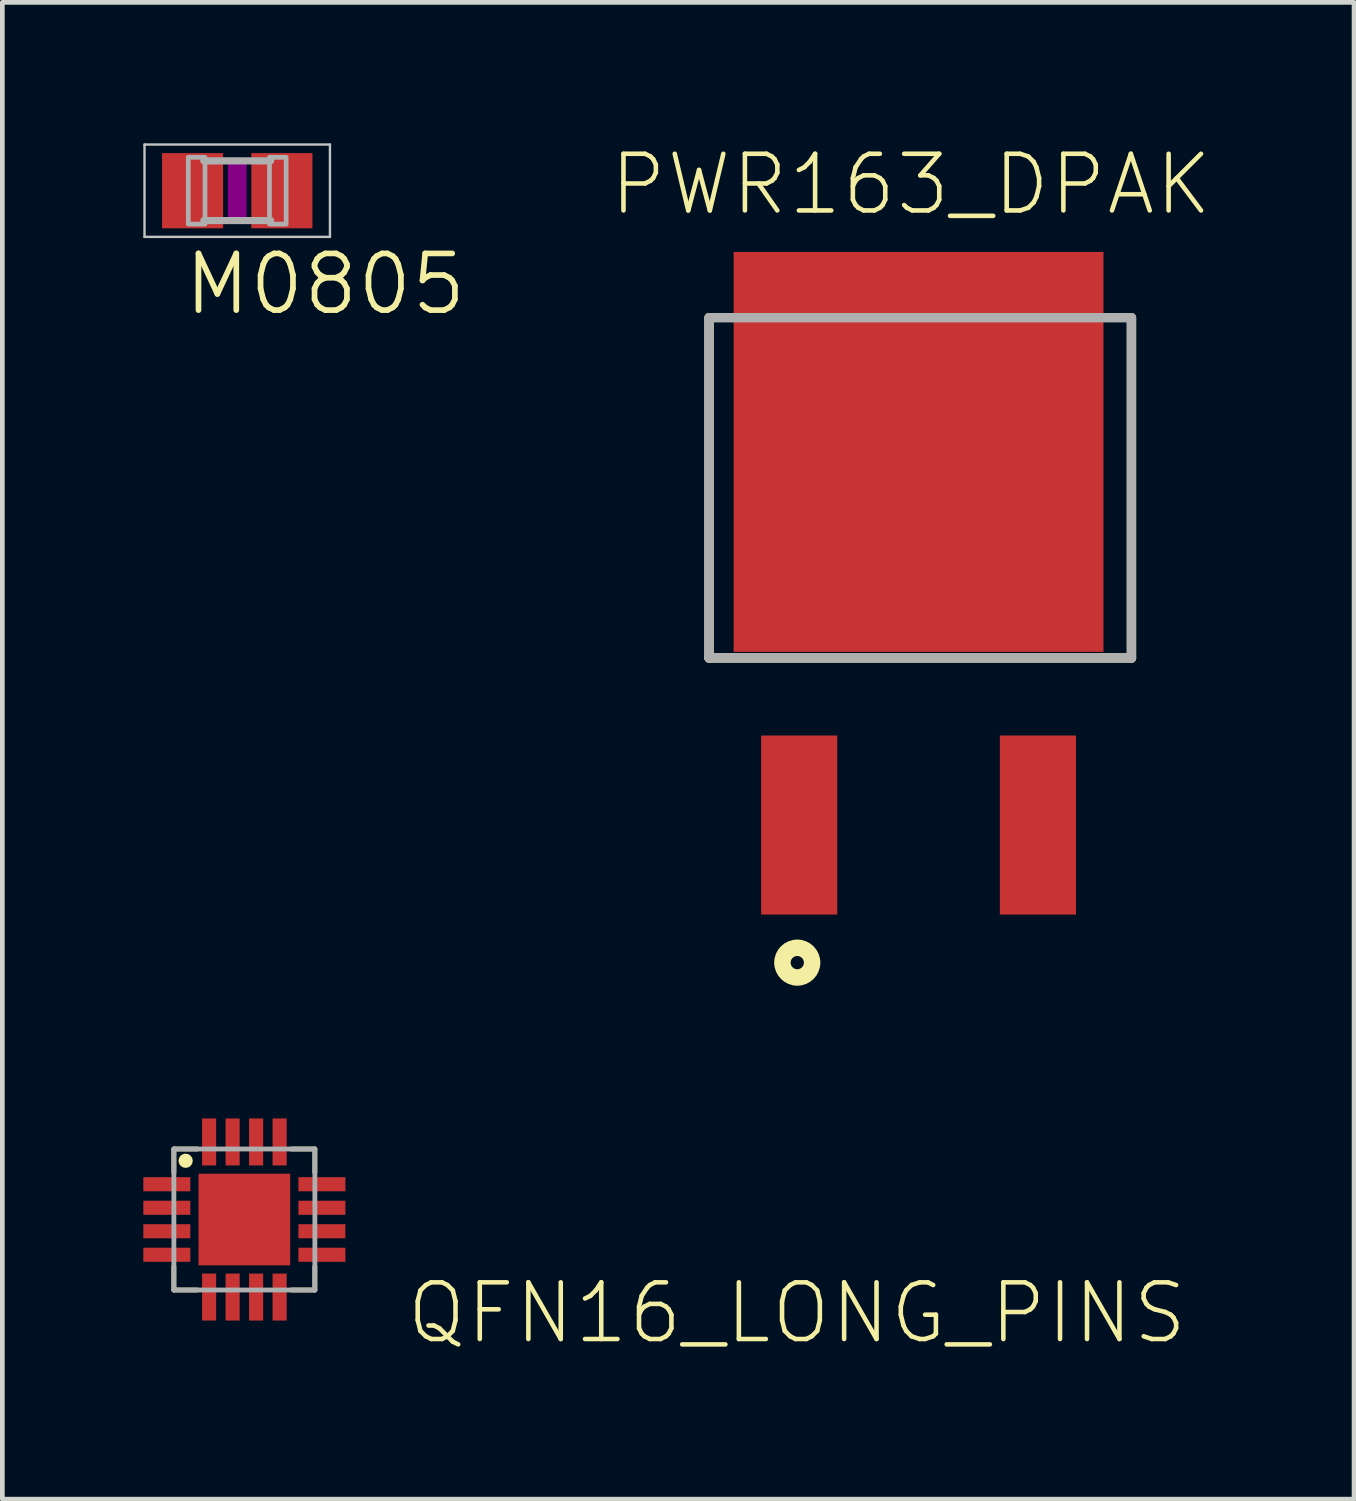
<source format=kicad_pcb>
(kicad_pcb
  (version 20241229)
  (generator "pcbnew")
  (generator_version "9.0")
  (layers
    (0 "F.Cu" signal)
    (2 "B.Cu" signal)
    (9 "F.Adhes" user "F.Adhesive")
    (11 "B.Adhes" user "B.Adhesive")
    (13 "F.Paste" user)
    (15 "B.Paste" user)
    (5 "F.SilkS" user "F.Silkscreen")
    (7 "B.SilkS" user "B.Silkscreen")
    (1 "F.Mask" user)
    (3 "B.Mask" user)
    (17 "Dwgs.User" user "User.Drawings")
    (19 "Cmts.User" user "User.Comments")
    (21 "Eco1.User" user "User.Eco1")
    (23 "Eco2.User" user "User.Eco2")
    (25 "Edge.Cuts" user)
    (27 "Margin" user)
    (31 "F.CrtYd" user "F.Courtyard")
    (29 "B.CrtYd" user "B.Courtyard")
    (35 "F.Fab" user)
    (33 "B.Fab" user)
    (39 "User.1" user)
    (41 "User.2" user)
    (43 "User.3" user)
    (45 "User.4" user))
  (footprint "M0805"
    (layer "F.Cu")
    (at 1.998 1.008)
    (property "Reference" "M0805" (at -1.191 2.695 180) (layer "F.SilkS") (effects (font (size 1.206 1.206) (thickness 0.121)) (justify left bottom)))
    (attr through_hole)
    (fp_poly (pts (xy -0.2 0.6) (xy 0.2 0.6) (xy 0.2 -0.6) (xy -0.2 -0.6)) (stroke (width 0) (type solid)) (fill yes) (layer "F.Adhes"))
    (fp_line (start -1.973 -0.983) (end 1.973 -0.983) (stroke (width 0.051) (type solid)) (layer "Dwgs.User"))
    (fp_line (start -1.973 0.983) (end -1.973 -0.983) (stroke (width 0.051) (type solid)) (layer "Dwgs.User"))
    (fp_line (start 1.973 -0.983) (end 1.973 0.983) (stroke (width 0.051) (type solid)) (layer "Dwgs.User"))
    (fp_line (start 1.973 0.983) (end -1.973 0.983) (stroke (width 0.051) (type solid)) (layer "Dwgs.User"))
    (fp_line (start 0.711 -0.635) (end -0.711 -0.635) (stroke (width 0.152) (type solid)) (layer "F.Fab"))
    (fp_line (start 0.711 0.635) (end -0.711 0.635) (stroke (width 0.152) (type solid)) (layer "F.Fab"))
    (fp_poly (pts (xy -1.041 0.711) (xy -0.686 0.711) (xy -0.686 -0.711) (xy -1.041 -0.711)) (stroke (width 0.1) (type solid)) (fill no) (layer "F.Fab"))
    (fp_poly (pts (xy 0.686 0.711) (xy 1.041 0.711) (xy 1.041 -0.711) (xy 0.686 -0.711)) (stroke (width 0.1) (type solid)) (fill no) (layer "F.Fab"))
    (pad "1" smd rect (at -0.95 0) (size 1.3 1.6) (layers "F.Cu" "F.Mask" "F.Paste"))
    (pad "2" smd rect (at 0.95 0) (size 1.3 1.6) (layers "F.Cu" "F.Mask" "F.Paste")))
  (footprint "PWR163_DPAK"
    (layer "F.Cu")
    (at 16.496 3.711)
    (property "Reference" "PWR163_DPAK" (at -0.163 -2.836 0) (layer "F.SilkS") (effects (font (size 1.206 1.206) (thickness 0.097))))
    (attr through_hole)
    (fp_line (start -4.458 0) (end -4.458 7.24) (stroke (width 0.2) (type solid)) (layer "F.SilkS"))
    (fp_line (start -4.458 7.24) (end 4.53 7.24) (stroke (width 0.2) (type solid)) (layer "F.SilkS"))
    (fp_line (start 4.53 7.24) (end 4.53 0) (stroke (width 0.2) (type solid)) (layer "F.SilkS"))
    (fp_circle (center -2.581 13.723) (end -2.44 13.723) (stroke (width 0.35) (type solid)) (fill no) (layer "F.SilkS"))
    (fp_line (start -4.458 0) (end 4.53 0) (stroke (width 0.2) (type solid)) (layer "F.Fab"))
    (fp_line (start -4.458 7.24) (end -4.458 0) (stroke (width 0.2) (type solid)) (layer "F.Fab"))
    (fp_line (start 4.53 0) (end 4.53 7.24) (stroke (width 0.2) (type solid)) (layer "F.Fab"))
    (fp_line (start 4.53 7.24) (end -4.458 7.24) (stroke (width 0.2) (type solid)) (layer "F.Fab"))
    (pad "1" smd rect (at -2.54 10.795 90) (size 3.81 1.62) (layers "F.Cu" "F.Mask" "F.Paste"))
    (pad "2" smd rect (at 2.54 10.795 90) (size 3.81 1.62) (layers "F.Cu" "F.Mask" "F.Paste"))
    (pad "3" smd rect (at 0 2.855 90) (size 8.51 7.87) (layers "F.Cu" "F.Mask" "F.Paste")))
  (footprint "QFN16_LONG_PINS"
    (layer "F.Cu")
    (at 2.15 22.9)
    (property "Reference" "QFN16_LONG_PINS" (at 3.395 2.695 180) (layer "F.SilkS") (effects (font (size 1.206 1.206) (thickness 0.097)) (justify left bottom)))
    (attr through_hole)
    (fp_line (start -1.5 -1.5) (end -1 -1.5) (stroke (width 0.102) (type solid)) (layer "F.SilkS"))
    (fp_line (start -1.5 -1) (end -1.5 -1.5) (stroke (width 0.102) (type solid)) (layer "F.SilkS"))
    (fp_line (start -1.5 1.5) (end -1.5 1) (stroke (width 0.102) (type solid)) (layer "F.SilkS"))
    (fp_line (start -1 1.5) (end -1.5 1.5) (stroke (width 0.102) (type solid)) (layer "F.SilkS"))
    (fp_line (start 1 -1.5) (end 1.5 -1.5) (stroke (width 0.102) (type solid)) (layer "F.SilkS"))
    (fp_line (start 1.5 -1.5) (end 1.5 -1) (stroke (width 0.102) (type solid)) (layer "F.SilkS"))
    (fp_line (start 1.5 1) (end 1.5 1.5) (stroke (width 0.102) (type solid)) (layer "F.SilkS"))
    (fp_line (start 1.5 1.5) (end 1 1.5) (stroke (width 0.102) (type solid)) (layer "F.SilkS"))
    (fp_circle (center -1.25 -1.25) (end -1.174 -1.25) (stroke (width 0.152) (type solid)) (fill no) (layer "F.SilkS"))
    (fp_poly (pts (xy -1.6 -0.625) (xy -1.175 -0.625) (xy -1.175 -0.875) (xy -1.6 -0.875)) (stroke (width 0) (type solid)) (fill yes) (layer "F.Paste"))
    (fp_poly (pts (xy -1.6 -0.125) (xy -1.175 -0.125) (xy -1.175 -0.375) (xy -1.6 -0.375)) (stroke (width 0) (type solid)) (fill yes) (layer "F.Paste"))
    (fp_poly (pts (xy -1.6 0.375) (xy -1.175 0.375) (xy -1.175 0.125) (xy -1.6 0.125)) (stroke (width 0) (type solid)) (fill yes) (layer "F.Paste"))
    (fp_poly (pts (xy -1.6 0.875) (xy -1.175 0.875) (xy -1.175 0.625) (xy -1.6 0.625)) (stroke (width 0) (type solid)) (fill yes) (layer "F.Paste"))
    (fp_poly (pts (xy -0.925 0.925) (xy 0.925 0.925) (xy 0.925 -0.925) (xy -0.925 -0.925)) (stroke (width 0) (type solid)) (fill yes) (layer "F.Paste"))
    (fp_poly (pts (xy -0.875 -1.6) (xy -0.875 -1.175) (xy -0.625 -1.175) (xy -0.625 -1.6)) (stroke (width 0) (type solid)) (fill yes) (layer "F.Paste"))
    (fp_poly (pts (xy -0.625 1.6) (xy -0.625 1.175) (xy -0.875 1.175) (xy -0.875 1.6)) (stroke (width 0) (type solid)) (fill yes) (layer "F.Paste"))
    (fp_poly (pts (xy -0.375 -1.6) (xy -0.375 -1.175) (xy -0.125 -1.175) (xy -0.125 -1.6)) (stroke (width 0) (type solid)) (fill yes) (layer "F.Paste"))
    (fp_poly (pts (xy -0.125 1.6) (xy -0.125 1.175) (xy -0.375 1.175) (xy -0.375 1.6)) (stroke (width 0) (type solid)) (fill yes) (layer "F.Paste"))
    (fp_poly (pts (xy 0.125 -1.6) (xy 0.125 -1.175) (xy 0.375 -1.175) (xy 0.375 -1.6)) (stroke (width 0) (type solid)) (fill yes) (layer "F.Paste"))
    (fp_poly (pts (xy 0.375 1.6) (xy 0.375 1.175) (xy 0.125 1.175) (xy 0.125 1.6)) (stroke (width 0) (type solid)) (fill yes) (layer "F.Paste"))
    (fp_poly (pts (xy 0.625 -1.6) (xy 0.625 -1.175) (xy 0.875 -1.175) (xy 0.875 -1.6)) (stroke (width 0) (type solid)) (fill yes) (layer "F.Paste"))
    (fp_poly (pts (xy 0.875 1.6) (xy 0.875 1.175) (xy 0.625 1.175) (xy 0.625 1.6)) (stroke (width 0) (type solid)) (fill yes) (layer "F.Paste"))
    (fp_poly (pts (xy 1.6 -0.875) (xy 1.175 -0.875) (xy 1.175 -0.625) (xy 1.6 -0.625)) (stroke (width 0) (type solid)) (fill yes) (layer "F.Paste"))
    (fp_poly (pts (xy 1.6 -0.375) (xy 1.175 -0.375) (xy 1.175 -0.125) (xy 1.6 -0.125)) (stroke (width 0) (type solid)) (fill yes) (layer "F.Paste"))
    (fp_poly (pts (xy 1.6 0.125) (xy 1.175 0.125) (xy 1.175 0.375) (xy 1.6 0.375)) (stroke (width 0) (type solid)) (fill yes) (layer "F.Paste"))
    (fp_poly (pts (xy 1.6 0.625) (xy 1.175 0.625) (xy 1.175 0.875) (xy 1.6 0.875)) (stroke (width 0) (type solid)) (fill yes) (layer "F.Paste"))
    (fp_line (start -1.5 -1.5) (end 1.5 -1.5) (stroke (width 0.102) (type solid)) (layer "F.Fab"))
    (fp_line (start -1.5 1.5) (end -1.5 -1.5) (stroke (width 0.102) (type solid)) (layer "F.Fab"))
    (fp_line (start 1.5 -1.5) (end 1.5 1.5) (stroke (width 0.102) (type solid)) (layer "F.Fab"))
    (fp_line (start 1.5 1.5) (end -1.5 1.5) (stroke (width 0.102) (type solid)) (layer "F.Fab"))
    (pad "1" smd rect (at -1.65 -0.75) (size 1 0.3) (layers "F.Cu" "F.Mask"))
    (pad "2" smd rect (at -1.65 -0.25) (size 1 0.3) (layers "F.Cu" "F.Mask"))
    (pad "3" smd rect (at -1.65 0.25) (size 1 0.3) (layers "F.Cu" "F.Mask"))
    (pad "4" smd rect (at -1.65 0.75) (size 1 0.3) (layers "F.Cu" "F.Mask"))
    (pad "5" smd rect (at -0.75 1.65 90) (size 1 0.3) (layers "F.Cu" "F.Mask"))
    (pad "6" smd rect (at -0.25 1.65 90) (size 1 0.3) (layers "F.Cu" "F.Mask"))
    (pad "7" smd rect (at 0.25 1.65 90) (size 1 0.3) (layers "F.Cu" "F.Mask"))
    (pad "8" smd rect (at 0.75 1.65 90) (size 1 0.3) (layers "F.Cu" "F.Mask"))
    (pad "9" smd rect (at 1.65 0.75 180) (size 1 0.3) (layers "F.Cu" "F.Mask"))
    (pad "10" smd rect (at 1.65 0.25 180) (size 1 0.3) (layers "F.Cu" "F.Mask"))
    (pad "11" smd rect (at 1.65 -0.25 180) (size 1 0.3) (layers "F.Cu" "F.Mask"))
    (pad "12" smd rect (at 1.65 -0.75 180) (size 1 0.3) (layers "F.Cu" "F.Mask"))
    (pad "13" smd rect (at 0.75 -1.65 270) (size 1 0.3) (layers "F.Cu" "F.Mask"))
    (pad "14" smd rect (at 0.25 -1.65 270) (size 1 0.3) (layers "F.Cu" "F.Mask"))
    (pad "15" smd rect (at -0.25 -1.65 270) (size 1 0.3) (layers "F.Cu" "F.Mask"))
    (pad "16" smd rect (at -0.75 -1.65 270) (size 1 0.3) (layers "F.Cu" "F.Mask"))
    (pad "EXP" smd rect (at 0 0) (size 1.95 1.95) (layers "F.Cu" "F.Mask")))
  (gr_rect
    (start -3 -3)
    (end 25.763 28.85)
    (stroke (width 0.1) (type default))
    (fill no)
    (layer "Edge.Cuts")))
</source>
